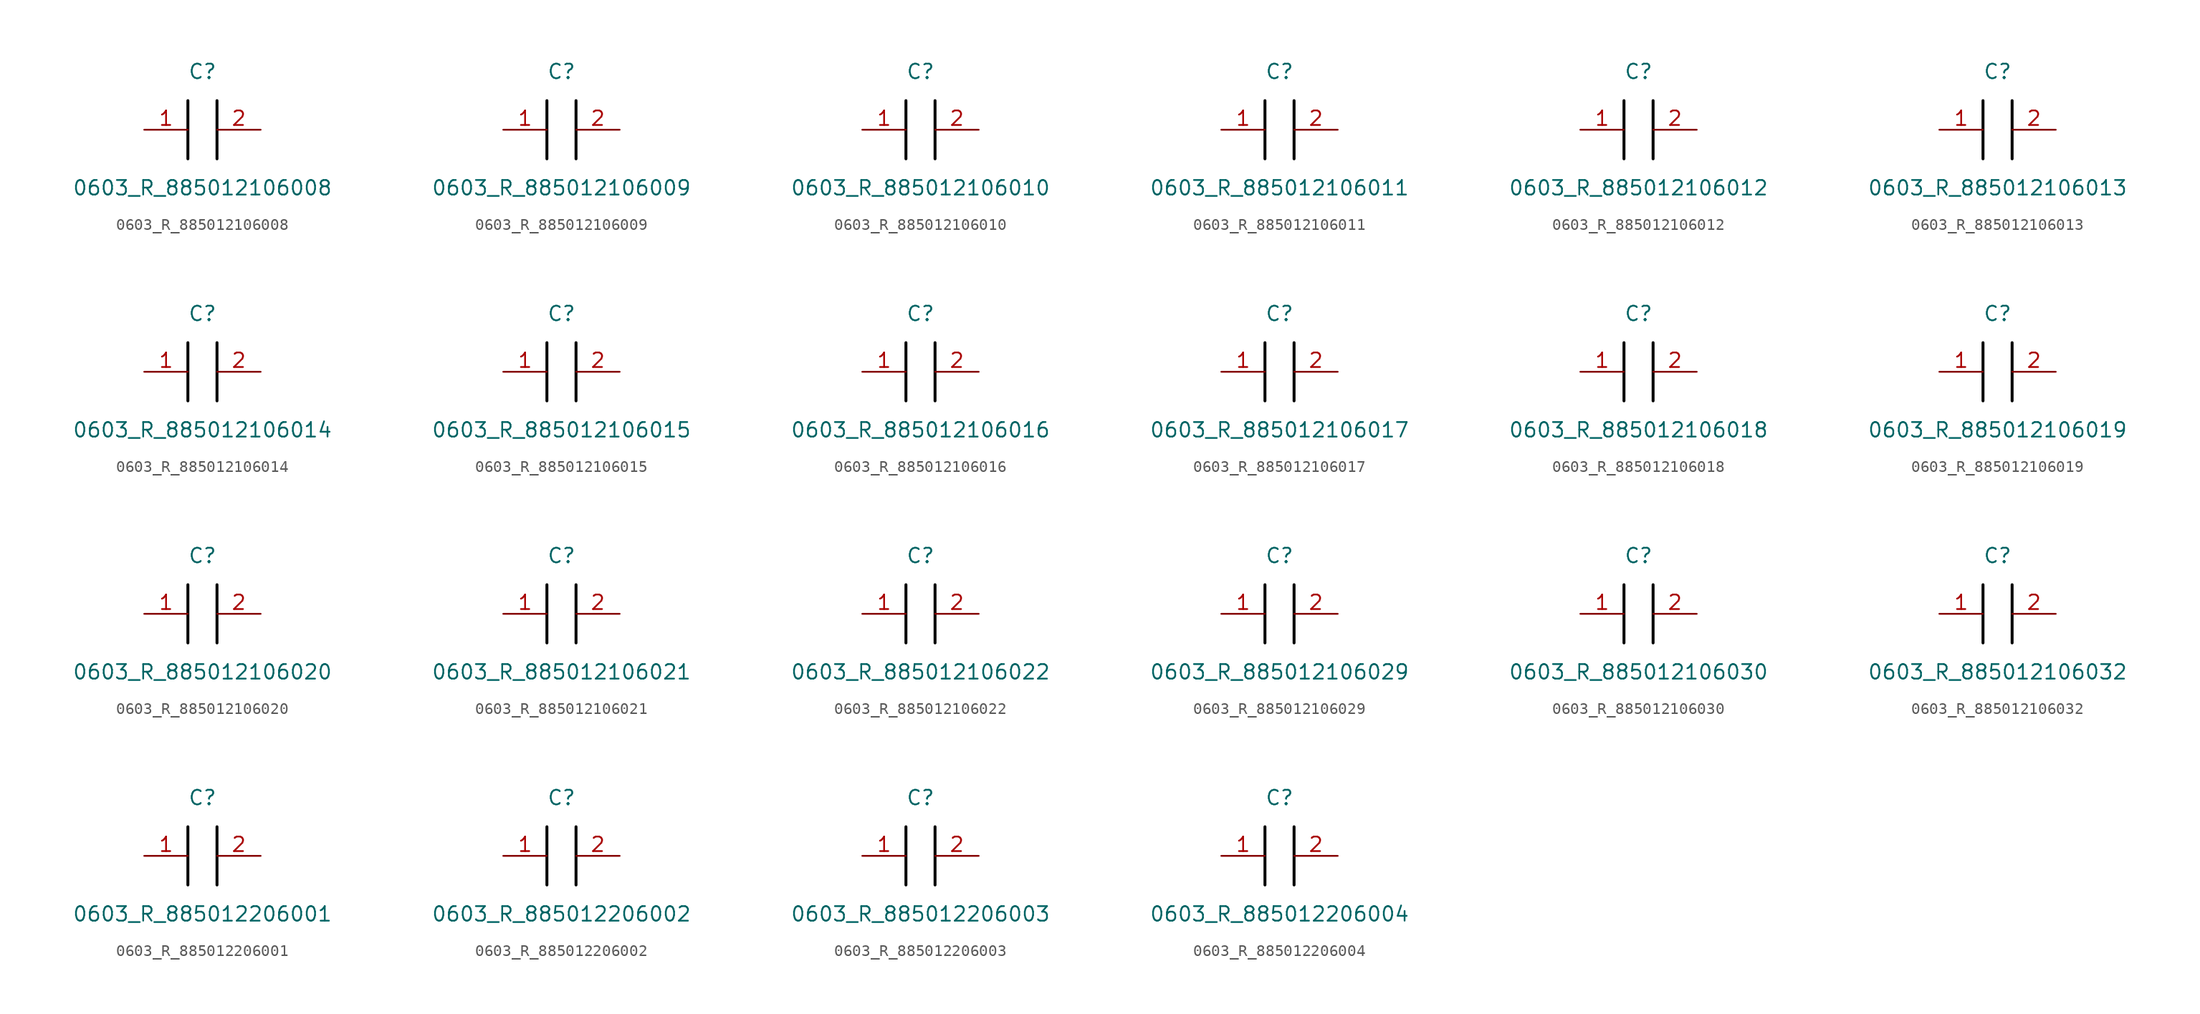
<source format=kicad_sym>
(kicad_symbol_lib
  (version 20220914)
  (generator kicad_symbol_editor)
  (symbol "0603_R_885012106008"
    (pin_names hide)
    (property "Reference" "C"
      (at 0 5.08 0)
      (effects (font (size 1.27 1.27))))
    (property "Value" "0603_R_885012106008"
      (at 0 -5.08 0)
      (effects (font (size 1.27 1.27))))
    (symbol "0603_R_885012106008_1_1"
      (polyline (pts (xy -1.27 2.54) (xy -1.27 -2.54)) (stroke (width 0.254) (type default) (color 0 0 0 1)) (fill (type none)))
      (polyline (pts (xy 1.27 2.54) (xy 1.27 -2.54)) (stroke (width 0.254) (type default) (color 0 0 0 1)) (fill (type none)))
      (pin passive line (at -5.08 0 0) (length 3.81) (name "1" (effects (font (size 1.27 1.27)))) (number "1" (effects (font (size 1.27 1.27)))))
      (pin passive line (at 5.08 0 180) (length 3.81) (name "2" (effects (font (size 1.27 1.27)))) (number "2" (effects (font (size 1.27 1.27)))))))
  (symbol "0603_R_885012106009"
    (pin_names hide)
    (property "Reference" "C"
      (at 0 5.08 0)
      (effects (font (size 1.27 1.27))))
    (property "Value" "0603_R_885012106009"
      (at 0 -5.08 0)
      (effects (font (size 1.27 1.27))))
    (symbol "0603_R_885012106009_1_1"
      (polyline (pts (xy -1.27 2.54) (xy -1.27 -2.54)) (stroke (width 0.254) (type default) (color 0 0 0 1)) (fill (type none)))
      (polyline (pts (xy 1.27 2.54) (xy 1.27 -2.54)) (stroke (width 0.254) (type default) (color 0 0 0 1)) (fill (type none)))
      (pin passive line (at -5.08 0 0) (length 3.81) (name "1" (effects (font (size 1.27 1.27)))) (number "1" (effects (font (size 1.27 1.27)))))
      (pin passive line (at 5.08 0 180) (length 3.81) (name "2" (effects (font (size 1.27 1.27)))) (number "2" (effects (font (size 1.27 1.27)))))))
  (symbol "0603_R_885012106010"
    (pin_names hide)
    (property "Reference" "C"
      (at 0 5.08 0)
      (effects (font (size 1.27 1.27))))
    (property "Value" "0603_R_885012106010"
      (at 0 -5.08 0)
      (effects (font (size 1.27 1.27))))
    (symbol "0603_R_885012106010_1_1"
      (polyline (pts (xy -1.27 2.54) (xy -1.27 -2.54)) (stroke (width 0.254) (type default) (color 0 0 0 1)) (fill (type none)))
      (polyline (pts (xy 1.27 2.54) (xy 1.27 -2.54)) (stroke (width 0.254) (type default) (color 0 0 0 1)) (fill (type none)))
      (pin passive line (at -5.08 0 0) (length 3.81) (name "1" (effects (font (size 1.27 1.27)))) (number "1" (effects (font (size 1.27 1.27)))))
      (pin passive line (at 5.08 0 180) (length 3.81) (name "2" (effects (font (size 1.27 1.27)))) (number "2" (effects (font (size 1.27 1.27)))))))
  (symbol "0603_R_885012106011"
    (pin_names hide)
    (property "Reference" "C"
      (at 0 5.08 0)
      (effects (font (size 1.27 1.27))))
    (property "Value" "0603_R_885012106011"
      (at 0 -5.08 0)
      (effects (font (size 1.27 1.27))))
    (symbol "0603_R_885012106011_1_1"
      (polyline (pts (xy -1.27 2.54) (xy -1.27 -2.54)) (stroke (width 0.254) (type default) (color 0 0 0 1)) (fill (type none)))
      (polyline (pts (xy 1.27 2.54) (xy 1.27 -2.54)) (stroke (width 0.254) (type default) (color 0 0 0 1)) (fill (type none)))
      (pin passive line (at -5.08 0 0) (length 3.81) (name "1" (effects (font (size 1.27 1.27)))) (number "1" (effects (font (size 1.27 1.27)))))
      (pin passive line (at 5.08 0 180) (length 3.81) (name "2" (effects (font (size 1.27 1.27)))) (number "2" (effects (font (size 1.27 1.27)))))))
  (symbol "0603_R_885012106012"
    (pin_names hide)
    (property "Reference" "C"
      (at 0 5.08 0)
      (effects (font (size 1.27 1.27))))
    (property "Value" "0603_R_885012106012"
      (at 0 -5.08 0)
      (effects (font (size 1.27 1.27))))
    (symbol "0603_R_885012106012_1_1"
      (polyline (pts (xy -1.27 2.54) (xy -1.27 -2.54)) (stroke (width 0.254) (type default) (color 0 0 0 1)) (fill (type none)))
      (polyline (pts (xy 1.27 2.54) (xy 1.27 -2.54)) (stroke (width 0.254) (type default) (color 0 0 0 1)) (fill (type none)))
      (pin passive line (at -5.08 0 0) (length 3.81) (name "1" (effects (font (size 1.27 1.27)))) (number "1" (effects (font (size 1.27 1.27)))))
      (pin passive line (at 5.08 0 180) (length 3.81) (name "2" (effects (font (size 1.27 1.27)))) (number "2" (effects (font (size 1.27 1.27)))))))
  (symbol "0603_R_885012106013"
    (pin_names hide)
    (property "Reference" "C"
      (at 0 5.08 0)
      (effects (font (size 1.27 1.27))))
    (property "Value" "0603_R_885012106013"
      (at 0 -5.08 0)
      (effects (font (size 1.27 1.27))))
    (symbol "0603_R_885012106013_1_1"
      (polyline (pts (xy -1.27 2.54) (xy -1.27 -2.54)) (stroke (width 0.254) (type default) (color 0 0 0 1)) (fill (type none)))
      (polyline (pts (xy 1.27 2.54) (xy 1.27 -2.54)) (stroke (width 0.254) (type default) (color 0 0 0 1)) (fill (type none)))
      (pin passive line (at -5.08 0 0) (length 3.81) (name "1" (effects (font (size 1.27 1.27)))) (number "1" (effects (font (size 1.27 1.27)))))
      (pin passive line (at 5.08 0 180) (length 3.81) (name "2" (effects (font (size 1.27 1.27)))) (number "2" (effects (font (size 1.27 1.27)))))))
  (symbol "0603_R_885012106014"
    (pin_names hide)
    (property "Reference" "C"
      (at 0 5.08 0)
      (effects (font (size 1.27 1.27))))
    (property "Value" "0603_R_885012106014"
      (at 0 -5.08 0)
      (effects (font (size 1.27 1.27))))
    (symbol "0603_R_885012106014_1_1"
      (polyline (pts (xy -1.27 2.54) (xy -1.27 -2.54)) (stroke (width 0.254) (type default) (color 0 0 0 1)) (fill (type none)))
      (polyline (pts (xy 1.27 2.54) (xy 1.27 -2.54)) (stroke (width 0.254) (type default) (color 0 0 0 1)) (fill (type none)))
      (pin passive line (at -5.08 0 0) (length 3.81) (name "1" (effects (font (size 1.27 1.27)))) (number "1" (effects (font (size 1.27 1.27)))))
      (pin passive line (at 5.08 0 180) (length 3.81) (name "2" (effects (font (size 1.27 1.27)))) (number "2" (effects (font (size 1.27 1.27)))))))
  (symbol "0603_R_885012106015"
    (pin_names hide)
    (property "Reference" "C"
      (at 0 5.08 0)
      (effects (font (size 1.27 1.27))))
    (property "Value" "0603_R_885012106015"
      (at 0 -5.08 0)
      (effects (font (size 1.27 1.27))))
    (symbol "0603_R_885012106015_1_1"
      (polyline (pts (xy -1.27 2.54) (xy -1.27 -2.54)) (stroke (width 0.254) (type default) (color 0 0 0 1)) (fill (type none)))
      (polyline (pts (xy 1.27 2.54) (xy 1.27 -2.54)) (stroke (width 0.254) (type default) (color 0 0 0 1)) (fill (type none)))
      (pin passive line (at -5.08 0 0) (length 3.81) (name "1" (effects (font (size 1.27 1.27)))) (number "1" (effects (font (size 1.27 1.27)))))
      (pin passive line (at 5.08 0 180) (length 3.81) (name "2" (effects (font (size 1.27 1.27)))) (number "2" (effects (font (size 1.27 1.27)))))))
  (symbol "0603_R_885012106016"
    (pin_names hide)
    (property "Reference" "C"
      (at 0 5.08 0)
      (effects (font (size 1.27 1.27))))
    (property "Value" "0603_R_885012106016"
      (at 0 -5.08 0)
      (effects (font (size 1.27 1.27))))
    (symbol "0603_R_885012106016_1_1"
      (polyline (pts (xy -1.27 2.54) (xy -1.27 -2.54)) (stroke (width 0.254) (type default) (color 0 0 0 1)) (fill (type none)))
      (polyline (pts (xy 1.27 2.54) (xy 1.27 -2.54)) (stroke (width 0.254) (type default) (color 0 0 0 1)) (fill (type none)))
      (pin passive line (at -5.08 0 0) (length 3.81) (name "1" (effects (font (size 1.27 1.27)))) (number "1" (effects (font (size 1.27 1.27)))))
      (pin passive line (at 5.08 0 180) (length 3.81) (name "2" (effects (font (size 1.27 1.27)))) (number "2" (effects (font (size 1.27 1.27)))))))
  (symbol "0603_R_885012106017"
    (pin_names hide)
    (property "Reference" "C"
      (at 0 5.08 0)
      (effects (font (size 1.27 1.27))))
    (property "Value" "0603_R_885012106017"
      (at 0 -5.08 0)
      (effects (font (size 1.27 1.27))))
    (symbol "0603_R_885012106017_1_1"
      (polyline (pts (xy -1.27 2.54) (xy -1.27 -2.54)) (stroke (width 0.254) (type default) (color 0 0 0 1)) (fill (type none)))
      (polyline (pts (xy 1.27 2.54) (xy 1.27 -2.54)) (stroke (width 0.254) (type default) (color 0 0 0 1)) (fill (type none)))
      (pin passive line (at -5.08 0 0) (length 3.81) (name "1" (effects (font (size 1.27 1.27)))) (number "1" (effects (font (size 1.27 1.27)))))
      (pin passive line (at 5.08 0 180) (length 3.81) (name "2" (effects (font (size 1.27 1.27)))) (number "2" (effects (font (size 1.27 1.27)))))))
  (symbol "0603_R_885012106018"
    (pin_names hide)
    (property "Reference" "C"
      (at 0 5.08 0)
      (effects (font (size 1.27 1.27))))
    (property "Value" "0603_R_885012106018"
      (at 0 -5.08 0)
      (effects (font (size 1.27 1.27))))
    (symbol "0603_R_885012106018_1_1"
      (polyline (pts (xy -1.27 2.54) (xy -1.27 -2.54)) (stroke (width 0.254) (type default) (color 0 0 0 1)) (fill (type none)))
      (polyline (pts (xy 1.27 2.54) (xy 1.27 -2.54)) (stroke (width 0.254) (type default) (color 0 0 0 1)) (fill (type none)))
      (pin passive line (at -5.08 0 0) (length 3.81) (name "1" (effects (font (size 1.27 1.27)))) (number "1" (effects (font (size 1.27 1.27)))))
      (pin passive line (at 5.08 0 180) (length 3.81) (name "2" (effects (font (size 1.27 1.27)))) (number "2" (effects (font (size 1.27 1.27)))))))
  (symbol "0603_R_885012106019"
    (pin_names hide)
    (property "Reference" "C"
      (at 0 5.08 0)
      (effects (font (size 1.27 1.27))))
    (property "Value" "0603_R_885012106019"
      (at 0 -5.08 0)
      (effects (font (size 1.27 1.27))))
    (symbol "0603_R_885012106019_1_1"
      (polyline (pts (xy -1.27 2.54) (xy -1.27 -2.54)) (stroke (width 0.254) (type default) (color 0 0 0 1)) (fill (type none)))
      (polyline (pts (xy 1.27 2.54) (xy 1.27 -2.54)) (stroke (width 0.254) (type default) (color 0 0 0 1)) (fill (type none)))
      (pin passive line (at -5.08 0 0) (length 3.81) (name "1" (effects (font (size 1.27 1.27)))) (number "1" (effects (font (size 1.27 1.27)))))
      (pin passive line (at 5.08 0 180) (length 3.81) (name "2" (effects (font (size 1.27 1.27)))) (number "2" (effects (font (size 1.27 1.27)))))))
  (symbol "0603_R_885012106020"
    (pin_names hide)
    (property "Reference" "C"
      (at 0 5.08 0)
      (effects (font (size 1.27 1.27))))
    (property "Value" "0603_R_885012106020"
      (at 0 -5.08 0)
      (effects (font (size 1.27 1.27))))
    (symbol "0603_R_885012106020_1_1"
      (polyline (pts (xy -1.27 2.54) (xy -1.27 -2.54)) (stroke (width 0.254) (type default) (color 0 0 0 1)) (fill (type none)))
      (polyline (pts (xy 1.27 2.54) (xy 1.27 -2.54)) (stroke (width 0.254) (type default) (color 0 0 0 1)) (fill (type none)))
      (pin passive line (at -5.08 0 0) (length 3.81) (name "1" (effects (font (size 1.27 1.27)))) (number "1" (effects (font (size 1.27 1.27)))))
      (pin passive line (at 5.08 0 180) (length 3.81) (name "2" (effects (font (size 1.27 1.27)))) (number "2" (effects (font (size 1.27 1.27)))))))
  (symbol "0603_R_885012106021"
    (pin_names hide)
    (property "Reference" "C"
      (at 0 5.08 0)
      (effects (font (size 1.27 1.27))))
    (property "Value" "0603_R_885012106021"
      (at 0 -5.08 0)
      (effects (font (size 1.27 1.27))))
    (symbol "0603_R_885012106021_1_1"
      (polyline (pts (xy -1.27 2.54) (xy -1.27 -2.54)) (stroke (width 0.254) (type default) (color 0 0 0 1)) (fill (type none)))
      (polyline (pts (xy 1.27 2.54) (xy 1.27 -2.54)) (stroke (width 0.254) (type default) (color 0 0 0 1)) (fill (type none)))
      (pin passive line (at -5.08 0 0) (length 3.81) (name "1" (effects (font (size 1.27 1.27)))) (number "1" (effects (font (size 1.27 1.27)))))
      (pin passive line (at 5.08 0 180) (length 3.81) (name "2" (effects (font (size 1.27 1.27)))) (number "2" (effects (font (size 1.27 1.27)))))))
  (symbol "0603_R_885012106022"
    (pin_names hide)
    (property "Reference" "C"
      (at 0 5.08 0)
      (effects (font (size 1.27 1.27))))
    (property "Value" "0603_R_885012106022"
      (at 0 -5.08 0)
      (effects (font (size 1.27 1.27))))
    (symbol "0603_R_885012106022_1_1"
      (polyline (pts (xy -1.27 2.54) (xy -1.27 -2.54)) (stroke (width 0.254) (type default) (color 0 0 0 1)) (fill (type none)))
      (polyline (pts (xy 1.27 2.54) (xy 1.27 -2.54)) (stroke (width 0.254) (type default) (color 0 0 0 1)) (fill (type none)))
      (pin passive line (at -5.08 0 0) (length 3.81) (name "1" (effects (font (size 1.27 1.27)))) (number "1" (effects (font (size 1.27 1.27)))))
      (pin passive line (at 5.08 0 180) (length 3.81) (name "2" (effects (font (size 1.27 1.27)))) (number "2" (effects (font (size 1.27 1.27)))))))
  (symbol "0603_R_885012106029"
    (pin_names hide)
    (property "Reference" "C"
      (at 0 5.08 0)
      (effects (font (size 1.27 1.27))))
    (property "Value" "0603_R_885012106029"
      (at 0 -5.08 0)
      (effects (font (size 1.27 1.27))))
    (symbol "0603_R_885012106029_1_1"
      (polyline (pts (xy -1.27 2.54) (xy -1.27 -2.54)) (stroke (width 0.254) (type default) (color 0 0 0 1)) (fill (type none)))
      (polyline (pts (xy 1.27 2.54) (xy 1.27 -2.54)) (stroke (width 0.254) (type default) (color 0 0 0 1)) (fill (type none)))
      (pin passive line (at -5.08 0 0) (length 3.81) (name "1" (effects (font (size 1.27 1.27)))) (number "1" (effects (font (size 1.27 1.27)))))
      (pin passive line (at 5.08 0 180) (length 3.81) (name "2" (effects (font (size 1.27 1.27)))) (number "2" (effects (font (size 1.27 1.27)))))))
  (symbol "0603_R_885012106030"
    (pin_names hide)
    (property "Reference" "C"
      (at 0 5.08 0)
      (effects (font (size 1.27 1.27))))
    (property "Value" "0603_R_885012106030"
      (at 0 -5.08 0)
      (effects (font (size 1.27 1.27))))
    (symbol "0603_R_885012106030_1_1"
      (polyline (pts (xy -1.27 2.54) (xy -1.27 -2.54)) (stroke (width 0.254) (type default) (color 0 0 0 1)) (fill (type none)))
      (polyline (pts (xy 1.27 2.54) (xy 1.27 -2.54)) (stroke (width 0.254) (type default) (color 0 0 0 1)) (fill (type none)))
      (pin passive line (at -5.08 0 0) (length 3.81) (name "1" (effects (font (size 1.27 1.27)))) (number "1" (effects (font (size 1.27 1.27)))))
      (pin passive line (at 5.08 0 180) (length 3.81) (name "2" (effects (font (size 1.27 1.27)))) (number "2" (effects (font (size 1.27 1.27)))))))
  (symbol "0603_R_885012106032"
    (pin_names hide)
    (property "Reference" "C"
      (at 0 5.08 0)
      (effects (font (size 1.27 1.27))))
    (property "Value" "0603_R_885012106032"
      (at 0 -5.08 0)
      (effects (font (size 1.27 1.27))))
    (symbol "0603_R_885012106032_1_1"
      (polyline (pts (xy -1.27 2.54) (xy -1.27 -2.54)) (stroke (width 0.254) (type default) (color 0 0 0 1)) (fill (type none)))
      (polyline (pts (xy 1.27 2.54) (xy 1.27 -2.54)) (stroke (width 0.254) (type default) (color 0 0 0 1)) (fill (type none)))
      (pin passive line (at -5.08 0 0) (length 3.81) (name "1" (effects (font (size 1.27 1.27)))) (number "1" (effects (font (size 1.27 1.27)))))
      (pin passive line (at 5.08 0 180) (length 3.81) (name "2" (effects (font (size 1.27 1.27)))) (number "2" (effects (font (size 1.27 1.27)))))))
  (symbol "0603_R_885012206001"
    (pin_names hide)
    (property "Reference" "C"
      (at 0 5.08 0)
      (effects (font (size 1.27 1.27))))
    (property "Value" "0603_R_885012206001"
      (at 0 -5.08 0)
      (effects (font (size 1.27 1.27))))
    (symbol "0603_R_885012206001_1_1"
      (polyline (pts (xy -1.27 2.54) (xy -1.27 -2.54)) (stroke (width 0.254) (type default) (color 0 0 0 1)) (fill (type none)))
      (polyline (pts (xy 1.27 2.54) (xy 1.27 -2.54)) (stroke (width 0.254) (type default) (color 0 0 0 1)) (fill (type none)))
      (pin passive line (at -5.08 0 0) (length 3.81) (name "1" (effects (font (size 1.27 1.27)))) (number "1" (effects (font (size 1.27 1.27)))))
      (pin passive line (at 5.08 0 180) (length 3.81) (name "2" (effects (font (size 1.27 1.27)))) (number "2" (effects (font (size 1.27 1.27)))))))
  (symbol "0603_R_885012206002"
    (pin_names hide)
    (property "Reference" "C"
      (at 0 5.08 0)
      (effects (font (size 1.27 1.27))))
    (property "Value" "0603_R_885012206002"
      (at 0 -5.08 0)
      (effects (font (size 1.27 1.27))))
    (symbol "0603_R_885012206002_1_1"
      (polyline (pts (xy -1.27 2.54) (xy -1.27 -2.54)) (stroke (width 0.254) (type default) (color 0 0 0 1)) (fill (type none)))
      (polyline (pts (xy 1.27 2.54) (xy 1.27 -2.54)) (stroke (width 0.254) (type default) (color 0 0 0 1)) (fill (type none)))
      (pin passive line (at -5.08 0 0) (length 3.81) (name "1" (effects (font (size 1.27 1.27)))) (number "1" (effects (font (size 1.27 1.27)))))
      (pin passive line (at 5.08 0 180) (length 3.81) (name "2" (effects (font (size 1.27 1.27)))) (number "2" (effects (font (size 1.27 1.27)))))))
  (symbol "0603_R_885012206003"
    (pin_names hide)
    (property "Reference" "C"
      (at 0 5.08 0)
      (effects (font (size 1.27 1.27))))
    (property "Value" "0603_R_885012206003"
      (at 0 -5.08 0)
      (effects (font (size 1.27 1.27))))
    (symbol "0603_R_885012206003_1_1"
      (polyline (pts (xy -1.27 2.54) (xy -1.27 -2.54)) (stroke (width 0.254) (type default) (color 0 0 0 1)) (fill (type none)))
      (polyline (pts (xy 1.27 2.54) (xy 1.27 -2.54)) (stroke (width 0.254) (type default) (color 0 0 0 1)) (fill (type none)))
      (pin passive line (at -5.08 0 0) (length 3.81) (name "1" (effects (font (size 1.27 1.27)))) (number "1" (effects (font (size 1.27 1.27)))))
      (pin passive line (at 5.08 0 180) (length 3.81) (name "2" (effects (font (size 1.27 1.27)))) (number "2" (effects (font (size 1.27 1.27)))))))
  (symbol "0603_R_885012206004"
    (pin_names hide)
    (property "Reference" "C"
      (at 0 5.08 0)
      (effects (font (size 1.27 1.27))))
    (property "Value" "0603_R_885012206004"
      (at 0 -5.08 0)
      (effects (font (size 1.27 1.27))))
    (symbol "0603_R_885012206004_1_1"
      (polyline (pts (xy -1.27 2.54) (xy -1.27 -2.54)) (stroke (width 0.254) (type default) (color 0 0 0 1)) (fill (type none)))
      (polyline (pts (xy 1.27 2.54) (xy 1.27 -2.54)) (stroke (width 0.254) (type default) (color 0 0 0 1)) (fill (type none)))
      (pin passive line (at -5.08 0 0) (length 3.81) (name "1" (effects (font (size 1.27 1.27)))) (number "1" (effects (font (size 1.27 1.27)))))
      (pin passive line (at 5.08 0 180) (length 3.81) (name "2" (effects (font (size 1.27 1.27)))) (number "2" (effects (font (size 1.27 1.27))))))))
</source>
